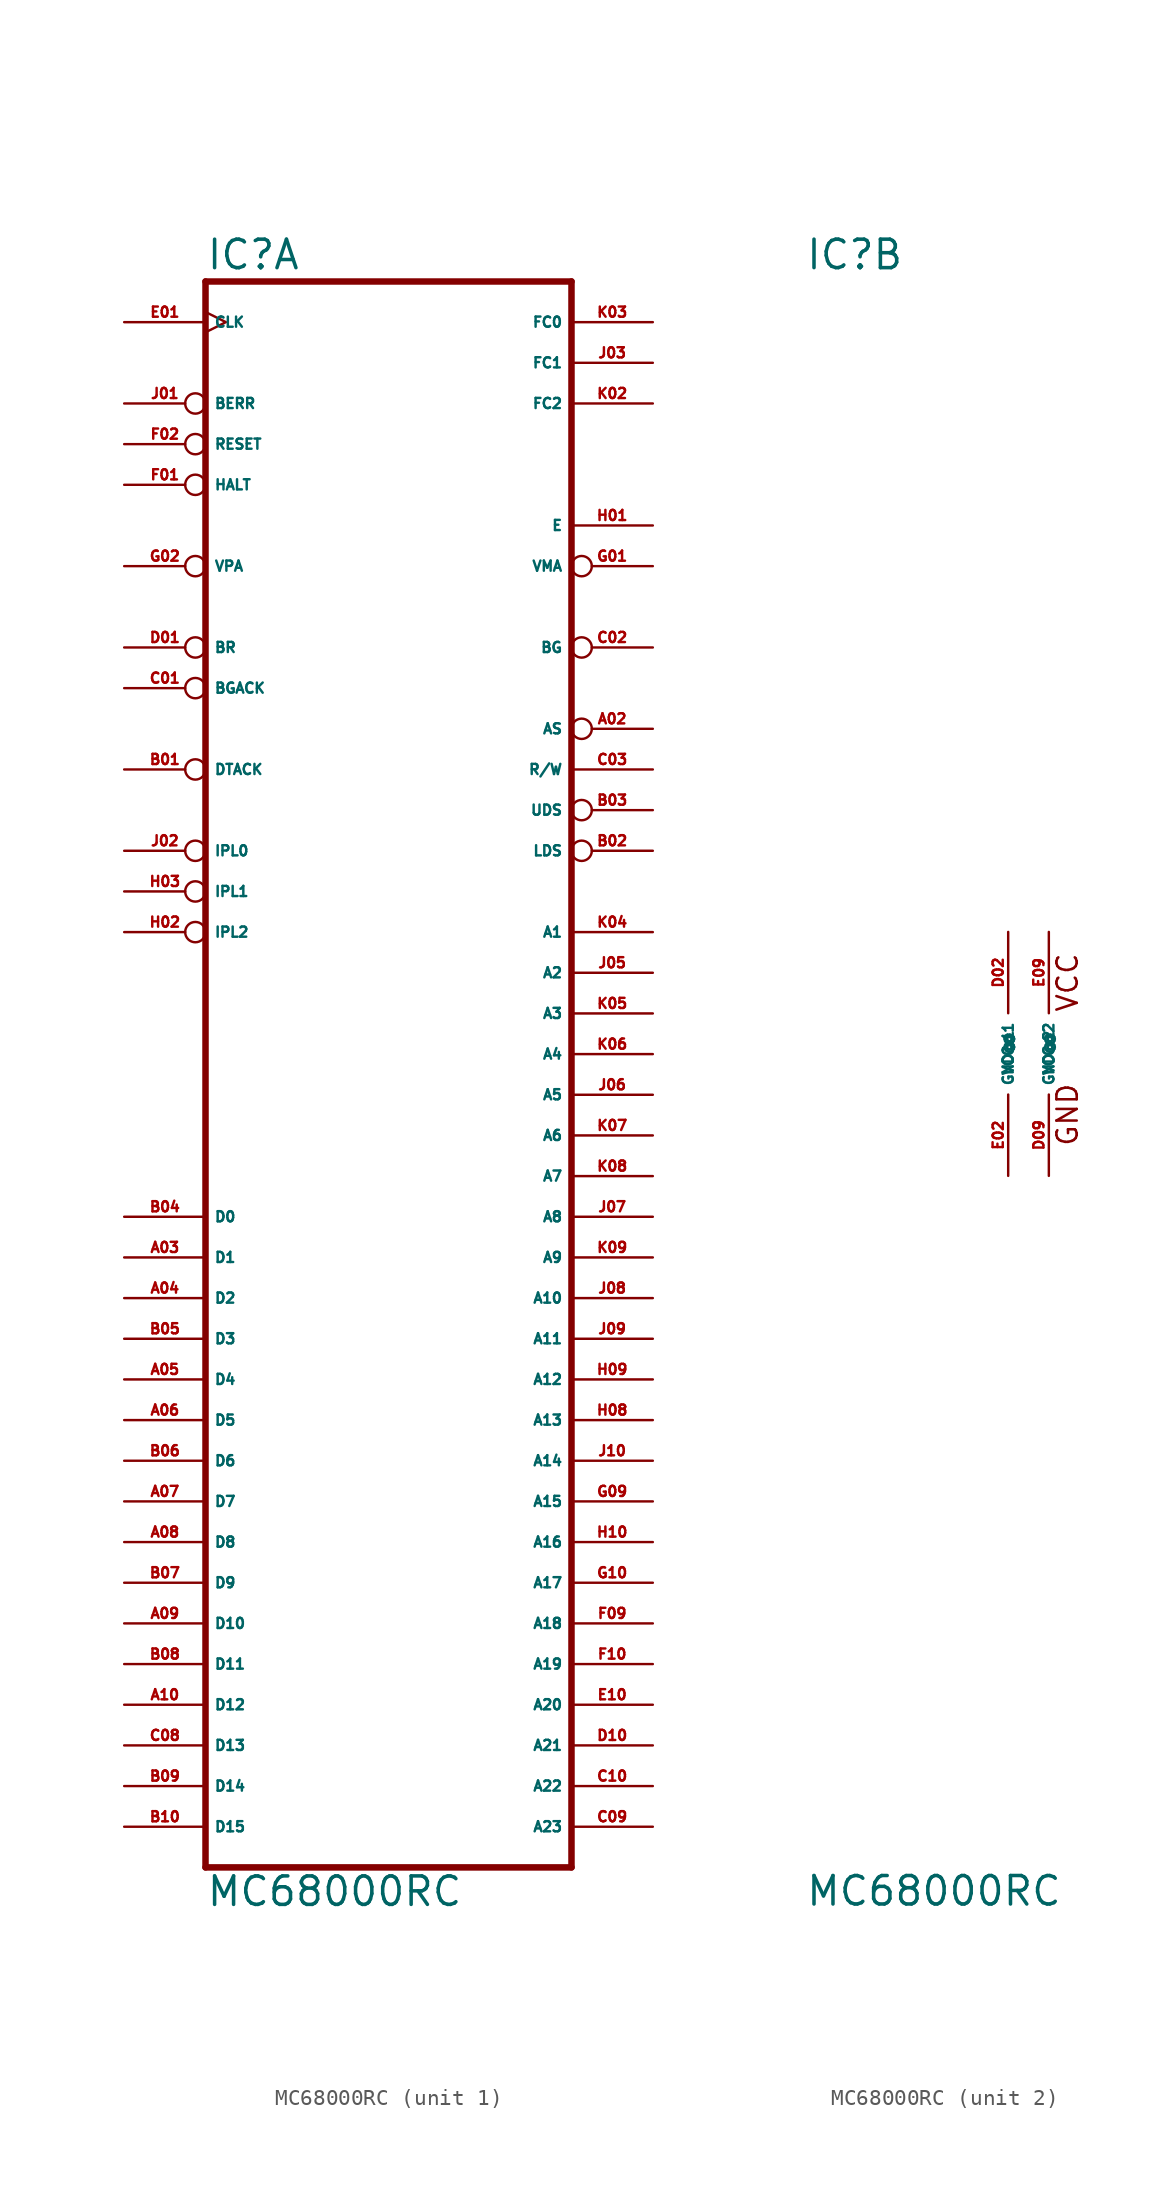
<source format=kicad_sym>
(kicad_symbol_lib
  (version 20220914)
  (generator Eagle2Kicad)
  (symbol "MC68000RC"
    (property "Reference" "IC"
      (at -12.7 48.895 0)
      (effects (font (size 1.778 1.778) (thickness 0.22)) (justify left bottom)))
    (property "Value" "MC68000RC"
      (at -12.7 -53.34 0)
      (effects (font (size 1.778 1.778) (thickness 0.22)) (justify left bottom)))
    (symbol "MC68000RC_1_0"
      (polyline (pts (xy -12.7 -50.8) (xy 10.16 -50.8)) (stroke (width 0.406) (type default)) (fill (type none)))
      (polyline (pts (xy 10.16 48.26) (xy 10.16 -50.8)) (stroke (width 0.406) (type default)) (fill (type none)))
      (polyline (pts (xy 10.16 48.26) (xy -12.7 48.26)) (stroke (width 0.406) (type default)) (fill (type none)))
      (polyline (pts (xy -12.7 -50.8) (xy -12.7 48.26)) (stroke (width 0.406) (type default)) (fill (type none)))
      (pin input clock (at -17.78 45.72 0) (length 5.08) (name "CLK" (effects (font (size 0.635 0.635) (thickness 0.08)) (justify left bottom))) (number "E01" (effects (font (size 0.635 0.635) (thickness 0.08)) (justify left bottom))))
      (pin input inverted (at -17.78 30.48 0) (length 5.08) (name "VPA" (effects (font (size 0.635 0.635) (thickness 0.08)) (justify left bottom))) (number "G02" (effects (font (size 0.635 0.635) (thickness 0.08)) (justify left bottom))))
      (pin input inverted (at -17.78 40.64 0) (length 5.08) (name "BERR" (effects (font (size 0.635 0.635) (thickness 0.08)) (justify left bottom))) (number "J01" (effects (font (size 0.635 0.635) (thickness 0.08)) (justify left bottom))))
      (pin bidirectional inverted (at -17.78 38.1 0) (length 5.08) (name "RESET" (effects (font (size 0.635 0.635) (thickness 0.08)) (justify left bottom))) (number "F02" (effects (font (size 0.635 0.635) (thickness 0.08)) (justify left bottom))))
      (pin bidirectional inverted (at -17.78 35.56 0) (length 5.08) (name "HALT" (effects (font (size 0.635 0.635) (thickness 0.08)) (justify left bottom))) (number "F01" (effects (font (size 0.635 0.635) (thickness 0.08)) (justify left bottom))))
      (pin input inverted (at -17.78 17.78 0) (length 5.08) (name "DTACK" (effects (font (size 0.635 0.635) (thickness 0.08)) (justify left bottom))) (number "B01" (effects (font (size 0.635 0.635) (thickness 0.08)) (justify left bottom))))
      (pin input inverted (at -17.78 25.4 0) (length 5.08) (name "BR" (effects (font (size 0.635 0.635) (thickness 0.08)) (justify left bottom))) (number "D01" (effects (font (size 0.635 0.635) (thickness 0.08)) (justify left bottom))))
      (pin input inverted (at -17.78 22.86 0) (length 5.08) (name "BGACK" (effects (font (size 0.635 0.635) (thickness 0.08)) (justify left bottom))) (number "C01" (effects (font (size 0.635 0.635) (thickness 0.08)) (justify left bottom))))
      (pin input inverted (at -17.78 12.7 0) (length 5.08) (name "IPL0" (effects (font (size 0.635 0.635) (thickness 0.08)) (justify left bottom))) (number "J02" (effects (font (size 0.635 0.635) (thickness 0.08)) (justify left bottom))))
      (pin bidirectional line (at -17.78 -10.16 0) (length 5.08) (name "D0" (effects (font (size 0.635 0.635) (thickness 0.08)) (justify left bottom))) (number "B04" (effects (font (size 0.635 0.635) (thickness 0.08)) (justify left bottom))))
      (pin bidirectional line (at -17.78 -12.7 0) (length 5.08) (name "D1" (effects (font (size 0.635 0.635) (thickness 0.08)) (justify left bottom))) (number "A03" (effects (font (size 0.635 0.635) (thickness 0.08)) (justify left bottom))))
      (pin bidirectional line (at -17.78 -15.24 0) (length 5.08) (name "D2" (effects (font (size 0.635 0.635) (thickness 0.08)) (justify left bottom))) (number "A04" (effects (font (size 0.635 0.635) (thickness 0.08)) (justify left bottom))))
      (pin bidirectional line (at -17.78 -17.78 0) (length 5.08) (name "D3" (effects (font (size 0.635 0.635) (thickness 0.08)) (justify left bottom))) (number "B05" (effects (font (size 0.635 0.635) (thickness 0.08)) (justify left bottom))))
      (pin bidirectional line (at -17.78 -20.32 0) (length 5.08) (name "D4" (effects (font (size 0.635 0.635) (thickness 0.08)) (justify left bottom))) (number "A05" (effects (font (size 0.635 0.635) (thickness 0.08)) (justify left bottom))))
      (pin bidirectional line (at -17.78 -22.86 0) (length 5.08) (name "D5" (effects (font (size 0.635 0.635) (thickness 0.08)) (justify left bottom))) (number "A06" (effects (font (size 0.635 0.635) (thickness 0.08)) (justify left bottom))))
      (pin bidirectional line (at -17.78 -25.4 0) (length 5.08) (name "D6" (effects (font (size 0.635 0.635) (thickness 0.08)) (justify left bottom))) (number "B06" (effects (font (size 0.635 0.635) (thickness 0.08)) (justify left bottom))))
      (pin bidirectional line (at -17.78 -27.94 0) (length 5.08) (name "D7" (effects (font (size 0.635 0.635) (thickness 0.08)) (justify left bottom))) (number "A07" (effects (font (size 0.635 0.635) (thickness 0.08)) (justify left bottom))))
      (pin bidirectional line (at -17.78 -30.48 0) (length 5.08) (name "D8" (effects (font (size 0.635 0.635) (thickness 0.08)) (justify left bottom))) (number "A08" (effects (font (size 0.635 0.635) (thickness 0.08)) (justify left bottom))))
      (pin bidirectional line (at -17.78 -33.02 0) (length 5.08) (name "D9" (effects (font (size 0.635 0.635) (thickness 0.08)) (justify left bottom))) (number "B07" (effects (font (size 0.635 0.635) (thickness 0.08)) (justify left bottom))))
      (pin bidirectional line (at -17.78 -35.56 0) (length 5.08) (name "D10" (effects (font (size 0.635 0.635) (thickness 0.08)) (justify left bottom))) (number "A09" (effects (font (size 0.635 0.635) (thickness 0.08)) (justify left bottom))))
      (pin bidirectional line (at -17.78 -38.1 0) (length 5.08) (name "D11" (effects (font (size 0.635 0.635) (thickness 0.08)) (justify left bottom))) (number "B08" (effects (font (size 0.635 0.635) (thickness 0.08)) (justify left bottom))))
      (pin bidirectional line (at -17.78 -40.64 0) (length 5.08) (name "D12" (effects (font (size 0.635 0.635) (thickness 0.08)) (justify left bottom))) (number "A10" (effects (font (size 0.635 0.635) (thickness 0.08)) (justify left bottom))))
      (pin bidirectional line (at -17.78 -43.18 0) (length 5.08) (name "D13" (effects (font (size 0.635 0.635) (thickness 0.08)) (justify left bottom))) (number "C08" (effects (font (size 0.635 0.635) (thickness 0.08)) (justify left bottom))))
      (pin bidirectional line (at -17.78 -45.72 0) (length 5.08) (name "D14" (effects (font (size 0.635 0.635) (thickness 0.08)) (justify left bottom))) (number "B09" (effects (font (size 0.635 0.635) (thickness 0.08)) (justify left bottom))))
      (pin bidirectional line (at -17.78 -48.26 0) (length 5.08) (name "D15" (effects (font (size 0.635 0.635) (thickness 0.08)) (justify left bottom))) (number "B10" (effects (font (size 0.635 0.635) (thickness 0.08)) (justify left bottom))))
      (pin output line (at 15.24 33.02 180) (length 5.08) (name "E" (effects (font (size 0.635 0.635) (thickness 0.08)) (justify left bottom))) (number "H01" (effects (font (size 0.635 0.635) (thickness 0.08)) (justify left bottom))))
      (pin output inverted (at 15.24 30.48 180) (length 5.08) (name "VMA" (effects (font (size 0.635 0.635) (thickness 0.08)) (justify left bottom))) (number "G01" (effects (font (size 0.635 0.635) (thickness 0.08)) (justify left bottom))))
      (pin output line (at 15.24 45.72 180) (length 5.08) (name "FC0" (effects (font (size 0.635 0.635) (thickness 0.08)) (justify left bottom))) (number "K03" (effects (font (size 0.635 0.635) (thickness 0.08)) (justify left bottom))))
      (pin output line (at 15.24 43.18 180) (length 5.08) (name "FC1" (effects (font (size 0.635 0.635) (thickness 0.08)) (justify left bottom))) (number "J03" (effects (font (size 0.635 0.635) (thickness 0.08)) (justify left bottom))))
      (pin output line (at 15.24 40.64 180) (length 5.08) (name "FC2" (effects (font (size 0.635 0.635) (thickness 0.08)) (justify left bottom))) (number "K02" (effects (font (size 0.635 0.635) (thickness 0.08)) (justify left bottom))))
      (pin output inverted (at 15.24 20.32 180) (length 5.08) (name "AS" (effects (font (size 0.635 0.635) (thickness 0.08)) (justify left bottom))) (number "A02" (effects (font (size 0.635 0.635) (thickness 0.08)) (justify left bottom))))
      (pin output line (at 15.24 17.78 180) (length 5.08) (name "R/W" (effects (font (size 0.635 0.635) (thickness 0.08)) (justify left bottom))) (number "C03" (effects (font (size 0.635 0.635) (thickness 0.08)) (justify left bottom))))
      (pin output inverted (at 15.24 15.24 180) (length 5.08) (name "UDS" (effects (font (size 0.635 0.635) (thickness 0.08)) (justify left bottom))) (number "B03" (effects (font (size 0.635 0.635) (thickness 0.08)) (justify left bottom))))
      (pin output inverted (at 15.24 12.7 180) (length 5.08) (name "LDS" (effects (font (size 0.635 0.635) (thickness 0.08)) (justify left bottom))) (number "B02" (effects (font (size 0.635 0.635) (thickness 0.08)) (justify left bottom))))
      (pin output inverted (at 15.24 25.4 180) (length 5.08) (name "BG" (effects (font (size 0.635 0.635) (thickness 0.08)) (justify left bottom))) (number "C02" (effects (font (size 0.635 0.635) (thickness 0.08)) (justify left bottom))))
      (pin output line (at 15.24 7.62 180) (length 5.08) (name "A1" (effects (font (size 0.635 0.635) (thickness 0.08)) (justify left bottom))) (number "K04" (effects (font (size 0.635 0.635) (thickness 0.08)) (justify left bottom))))
      (pin output line (at 15.24 5.08 180) (length 5.08) (name "A2" (effects (font (size 0.635 0.635) (thickness 0.08)) (justify left bottom))) (number "J05" (effects (font (size 0.635 0.635) (thickness 0.08)) (justify left bottom))))
      (pin output line (at 15.24 2.54 180) (length 5.08) (name "A3" (effects (font (size 0.635 0.635) (thickness 0.08)) (justify left bottom))) (number "K05" (effects (font (size 0.635 0.635) (thickness 0.08)) (justify left bottom))))
      (pin output line (at 15.24 0 180) (length 5.08) (name "A4" (effects (font (size 0.635 0.635) (thickness 0.08)) (justify left bottom))) (number "K06" (effects (font (size 0.635 0.635) (thickness 0.08)) (justify left bottom))))
      (pin output line (at 15.24 -2.54 180) (length 5.08) (name "A5" (effects (font (size 0.635 0.635) (thickness 0.08)) (justify left bottom))) (number "J06" (effects (font (size 0.635 0.635) (thickness 0.08)) (justify left bottom))))
      (pin output line (at 15.24 -5.08 180) (length 5.08) (name "A6" (effects (font (size 0.635 0.635) (thickness 0.08)) (justify left bottom))) (number "K07" (effects (font (size 0.635 0.635) (thickness 0.08)) (justify left bottom))))
      (pin output line (at 15.24 -7.62 180) (length 5.08) (name "A7" (effects (font (size 0.635 0.635) (thickness 0.08)) (justify left bottom))) (number "K08" (effects (font (size 0.635 0.635) (thickness 0.08)) (justify left bottom))))
      (pin output line (at 15.24 -12.7 180) (length 5.08) (name "A9" (effects (font (size 0.635 0.635) (thickness 0.08)) (justify left bottom))) (number "K09" (effects (font (size 0.635 0.635) (thickness 0.08)) (justify left bottom))))
      (pin output line (at 15.24 -10.16 180) (length 5.08) (name "A8" (effects (font (size 0.635 0.635) (thickness 0.08)) (justify left bottom))) (number "J07" (effects (font (size 0.635 0.635) (thickness 0.08)) (justify left bottom))))
      (pin output line (at 15.24 -15.24 180) (length 5.08) (name "A10" (effects (font (size 0.635 0.635) (thickness 0.08)) (justify left bottom))) (number "J08" (effects (font (size 0.635 0.635) (thickness 0.08)) (justify left bottom))))
      (pin output line (at 15.24 -17.78 180) (length 5.08) (name "A11" (effects (font (size 0.635 0.635) (thickness 0.08)) (justify left bottom))) (number "J09" (effects (font (size 0.635 0.635) (thickness 0.08)) (justify left bottom))))
      (pin output line (at 15.24 -20.32 180) (length 5.08) (name "A12" (effects (font (size 0.635 0.635) (thickness 0.08)) (justify left bottom))) (number "H09" (effects (font (size 0.635 0.635) (thickness 0.08)) (justify left bottom))))
      (pin output line (at 15.24 -22.86 180) (length 5.08) (name "A13" (effects (font (size 0.635 0.635) (thickness 0.08)) (justify left bottom))) (number "H08" (effects (font (size 0.635 0.635) (thickness 0.08)) (justify left bottom))))
      (pin output line (at 15.24 -25.4 180) (length 5.08) (name "A14" (effects (font (size 0.635 0.635) (thickness 0.08)) (justify left bottom))) (number "J10" (effects (font (size 0.635 0.635) (thickness 0.08)) (justify left bottom))))
      (pin output line (at 15.24 -27.94 180) (length 5.08) (name "A15" (effects (font (size 0.635 0.635) (thickness 0.08)) (justify left bottom))) (number "G09" (effects (font (size 0.635 0.635) (thickness 0.08)) (justify left bottom))))
      (pin output line (at 15.24 -30.48 180) (length 5.08) (name "A16" (effects (font (size 0.635 0.635) (thickness 0.08)) (justify left bottom))) (number "H10" (effects (font (size 0.635 0.635) (thickness 0.08)) (justify left bottom))))
      (pin output line (at 15.24 -33.02 180) (length 5.08) (name "A17" (effects (font (size 0.635 0.635) (thickness 0.08)) (justify left bottom))) (number "G10" (effects (font (size 0.635 0.635) (thickness 0.08)) (justify left bottom))))
      (pin output line (at 15.24 -35.56 180) (length 5.08) (name "A18" (effects (font (size 0.635 0.635) (thickness 0.08)) (justify left bottom))) (number "F09" (effects (font (size 0.635 0.635) (thickness 0.08)) (justify left bottom))))
      (pin output line (at 15.24 -38.1 180) (length 5.08) (name "A19" (effects (font (size 0.635 0.635) (thickness 0.08)) (justify left bottom))) (number "F10" (effects (font (size 0.635 0.635) (thickness 0.08)) (justify left bottom))))
      (pin output line (at 15.24 -40.64 180) (length 5.08) (name "A20" (effects (font (size 0.635 0.635) (thickness 0.08)) (justify left bottom))) (number "E10" (effects (font (size 0.635 0.635) (thickness 0.08)) (justify left bottom))))
      (pin output line (at 15.24 -43.18 180) (length 5.08) (name "A21" (effects (font (size 0.635 0.635) (thickness 0.08)) (justify left bottom))) (number "D10" (effects (font (size 0.635 0.635) (thickness 0.08)) (justify left bottom))))
      (pin output line (at 15.24 -45.72 180) (length 5.08) (name "A22" (effects (font (size 0.635 0.635) (thickness 0.08)) (justify left bottom))) (number "C10" (effects (font (size 0.635 0.635) (thickness 0.08)) (justify left bottom))))
      (pin output line (at 15.24 -48.26 180) (length 5.08) (name "A23" (effects (font (size 0.635 0.635) (thickness 0.08)) (justify left bottom))) (number "C09" (effects (font (size 0.635 0.635) (thickness 0.08)) (justify left bottom))))
      (pin input inverted (at -17.78 10.16 0) (length 5.08) (name "IPL1" (effects (font (size 0.635 0.635) (thickness 0.08)) (justify left bottom))) (number "H03" (effects (font (size 0.635 0.635) (thickness 0.08)) (justify left bottom))))
      (pin input inverted (at -17.78 7.62 0) (length 5.08) (name "IPL2" (effects (font (size 0.635 0.635) (thickness 0.08)) (justify left bottom))) (number "H02" (effects (font (size 0.635 0.635) (thickness 0.08)) (justify left bottom)))))
    (symbol "MC68000RC_2_0"
      (text "VCC" (at 4.445 2.54 900) (effects (font (size 1.27 1.27) (thickness 0.16)) (justify left bottom)))
      (text "GND" (at 4.445 -5.842 900) (effects (font (size 1.27 1.27) (thickness 0.16)) (justify left bottom)))
      (pin unspecified line (at 0 7.62 270) (length 5.08) (name "VCC@1" (effects (font (size 0.635 0.635) (thickness 0.08)) (justify left bottom))) (number "D02" (effects (font (size 0.635 0.635) (thickness 0.08)) (justify left bottom))))
      (pin unspecified line (at 2.54 7.62 270) (length 5.08) (name "VCC@2" (effects (font (size 0.635 0.635) (thickness 0.08)) (justify left bottom))) (number "E09" (effects (font (size 0.635 0.635) (thickness 0.08)) (justify left bottom))))
      (pin unspecified line (at 0 -7.62 90) (length 5.08) (name "GND@1" (effects (font (size 0.635 0.635) (thickness 0.08)) (justify left bottom))) (number "E02" (effects (font (size 0.635 0.635) (thickness 0.08)) (justify left bottom))))
      (pin unspecified line (at 2.54 -7.62 90) (length 5.08) (name "GND@2" (effects (font (size 0.635 0.635) (thickness 0.08)) (justify left bottom))) (number "D09" (effects (font (size 0.635 0.635) (thickness 0.08)) (justify left bottom)))))))
</source>
